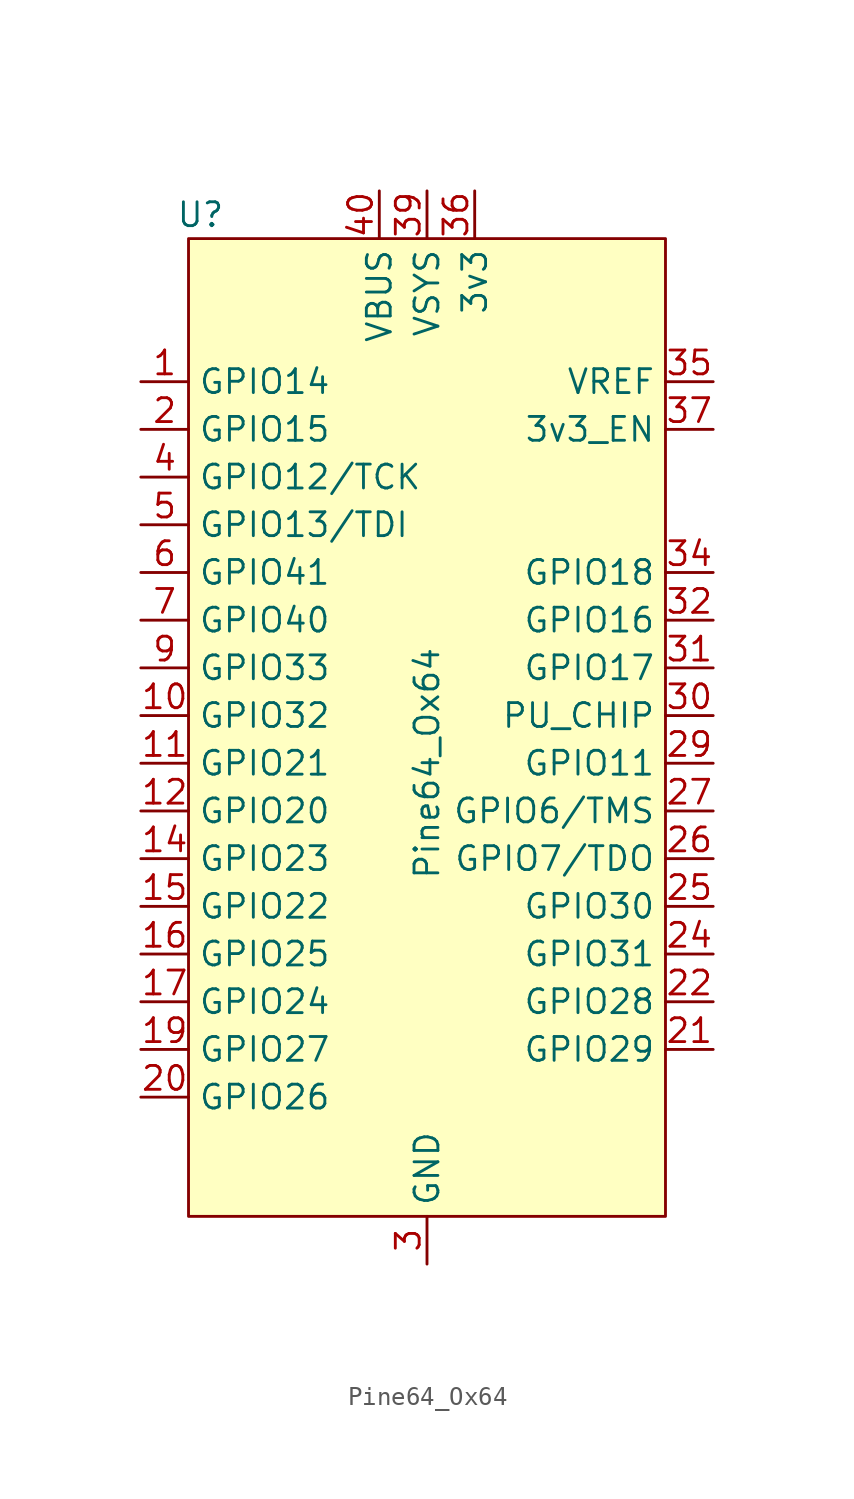
<source format=kicad_sym>
(kicad_symbol_lib
  (version 20211014)
  (generator kicad_symbol_editor)
  (symbol "Pine64_Ox64"
    (property "Reference" "U"
      (at -12.065 34.29 0)
      (effects (font (size 1.27 1.27))))
    (property "Value" "Pine64_Ox64"
      (at 0 5.08 90)
      (effects (font (size 1.27 1.27))))
    (symbol "Pine64_Ox64_0_1"
      (rectangle (start -12.7 33.02) (end 12.7 -19.05) (stroke (width 0.152) (type default) (color 0 0 0 0)) (fill (type background))))
    (symbol "Pine64_Ox64_1_1"
      (pin bidirectional line (at -15.24 25.4 0) (length 2.54) (name "GPIO14" (effects (font (size 1.27 1.27)))) (number "1" (effects (font (size 1.27 1.27)))))
      (pin bidirectional line (at -15.24 7.62 0) (length 2.54) (name "GPIO32" (effects (font (size 1.27 1.27)))) (number "10" (effects (font (size 1.27 1.27)))))
      (pin bidirectional line (at -15.24 5.08 0) (length 2.54) (name "GPIO21" (effects (font (size 1.27 1.27)))) (number "11" (effects (font (size 1.27 1.27)))))
      (pin bidirectional line (at -15.24 2.54 0) (length 2.54) (name "GPIO20" (effects (font (size 1.27 1.27)))) (number "12" (effects (font (size 1.27 1.27)))))
      (pin power_in line (at 0 -21.59 90) (length 2.54) hide (name "GND" (effects (font (size 1.27 1.27)))) (number "13" (effects (font (size 1.27 1.27)))))
      (pin bidirectional line (at -15.24 0 0) (length 2.54) (name "GPIO23" (effects (font (size 1.27 1.27)))) (number "14" (effects (font (size 1.27 1.27)))))
      (pin bidirectional line (at -15.24 -2.54 0) (length 2.54) (name "GPIO22" (effects (font (size 1.27 1.27)))) (number "15" (effects (font (size 1.27 1.27)))))
      (pin bidirectional line (at -15.24 -5.08 0) (length 2.54) (name "GPIO25" (effects (font (size 1.27 1.27)))) (number "16" (effects (font (size 1.27 1.27)))))
      (pin bidirectional line (at -15.24 -7.62 0) (length 2.54) (name "GPIO24" (effects (font (size 1.27 1.27)))) (number "17" (effects (font (size 1.27 1.27)))))
      (pin power_in line (at 0 -21.59 90) (length 2.54) hide (name "GND" (effects (font (size 1.27 1.27)))) (number "18" (effects (font (size 1.27 1.27)))))
      (pin bidirectional line (at -15.24 -10.16 0) (length 2.54) (name "GPIO27" (effects (font (size 1.27 1.27)))) (number "19" (effects (font (size 1.27 1.27)))))
      (pin bidirectional line (at -15.24 22.86 0) (length 2.54) (name "GPIO15" (effects (font (size 1.27 1.27)))) (number "2" (effects (font (size 1.27 1.27)))))
      (pin bidirectional line (at -15.24 -12.7 0) (length 2.54) (name "GPIO26" (effects (font (size 1.27 1.27)))) (number "20" (effects (font (size 1.27 1.27)))))
      (pin bidirectional line (at 15.24 -10.16 180) (length 2.54) (name "GPIO29" (effects (font (size 1.27 1.27)))) (number "21" (effects (font (size 1.27 1.27)))))
      (pin bidirectional line (at 15.24 -7.62 180) (length 2.54) (name "GPIO28" (effects (font (size 1.27 1.27)))) (number "22" (effects (font (size 1.27 1.27)))))
      (pin power_in line (at 0 -21.59 90) (length 2.54) hide (name "GND" (effects (font (size 1.27 1.27)))) (number "23" (effects (font (size 1.27 1.27)))))
      (pin bidirectional line (at 15.24 -5.08 180) (length 2.54) (name "GPIO31" (effects (font (size 1.27 1.27)))) (number "24" (effects (font (size 1.27 1.27)))))
      (pin bidirectional line (at 15.24 -2.54 180) (length 2.54) (name "GPIO30" (effects (font (size 1.27 1.27)))) (number "25" (effects (font (size 1.27 1.27)))))
      (pin bidirectional line (at 15.24 0 180) (length 2.54) (name "GPIO7/TDO" (effects (font (size 1.27 1.27)))) (number "26" (effects (font (size 1.27 1.27)))))
      (pin bidirectional line (at 15.24 2.54 180) (length 2.54) (name "GPIO6/TMS" (effects (font (size 1.27 1.27)))) (number "27" (effects (font (size 1.27 1.27)))))
      (pin power_in line (at 0 -21.59 90) (length 2.54) hide (name "GND" (effects (font (size 1.27 1.27)))) (number "28" (effects (font (size 1.27 1.27)))))
      (pin bidirectional line (at 15.24 5.08 180) (length 2.54) (name "GPIO11" (effects (font (size 1.27 1.27)))) (number "29" (effects (font (size 1.27 1.27)))))
      (pin power_in line (at 0 -21.59 90) (length 2.54) (name "GND" (effects (font (size 1.27 1.27)))) (number "3" (effects (font (size 1.27 1.27)))))
      (pin input line (at 15.24 7.62 180) (length 2.54) (name "PU_CHIP" (effects (font (size 1.27 1.27)))) (number "30" (effects (font (size 1.27 1.27)))))
      (pin bidirectional line (at 15.24 10.16 180) (length 2.54) (name "GPIO17" (effects (font (size 1.27 1.27)))) (number "31" (effects (font (size 1.27 1.27)))))
      (pin bidirectional line (at 15.24 12.7 180) (length 2.54) (name "GPIO16" (effects (font (size 1.27 1.27)))) (number "32" (effects (font (size 1.27 1.27)))))
      (pin power_in line (at 0 -21.59 90) (length 2.54) hide (name "GND" (effects (font (size 1.27 1.27)))) (number "33" (effects (font (size 1.27 1.27)))))
      (pin bidirectional line (at 15.24 15.24 180) (length 2.54) (name "GPIO18" (effects (font (size 1.27 1.27)))) (number "34" (effects (font (size 1.27 1.27)))))
      (pin input line (at 15.24 25.4 180) (length 2.54) (name "VREF" (effects (font (size 1.27 1.27)))) (number "35" (effects (font (size 1.27 1.27)))))
      (pin power_out line (at 2.54 35.56 270) (length 2.54) (name "3v3" (effects (font (size 1.27 1.27)))) (number "36" (effects (font (size 1.27 1.27)))))
      (pin input line (at 15.24 22.86 180) (length 2.54) (name "3v3_EN" (effects (font (size 1.27 1.27)))) (number "37" (effects (font (size 1.27 1.27)))))
      (pin power_in line (at 0 -21.59 90) (length 2.54) hide (name "GND" (effects (font (size 1.27 1.27)))) (number "38" (effects (font (size 1.27 1.27)))))
      (pin power_in line (at 0 35.56 270) (length 2.54) (name "VSYS" (effects (font (size 1.27 1.27)))) (number "39" (effects (font (size 1.27 1.27)))))
      (pin bidirectional line (at -15.24 20.32 0) (length 2.54) (name "GPIO12/TCK" (effects (font (size 1.27 1.27)))) (number "4" (effects (font (size 1.27 1.27)))))
      (pin power_out line (at -2.54 35.56 270) (length 2.54) (name "VBUS" (effects (font (size 1.27 1.27)))) (number "40" (effects (font (size 1.27 1.27)))))
      (pin bidirectional line (at -15.24 17.78 0) (length 2.54) (name "GPIO13/TDI" (effects (font (size 1.27 1.27)))) (number "5" (effects (font (size 1.27 1.27)))))
      (pin bidirectional line (at -15.24 15.24 0) (length 2.54) (name "GPIO41" (effects (font (size 1.27 1.27)))) (number "6" (effects (font (size 1.27 1.27)))))
      (pin bidirectional line (at -15.24 12.7 0) (length 2.54) (name "GPIO40" (effects (font (size 1.27 1.27)))) (number "7" (effects (font (size 1.27 1.27)))))
      (pin power_in line (at 0 -21.59 90) (length 2.54) hide (name "GND" (effects (font (size 1.27 1.27)))) (number "8" (effects (font (size 1.27 1.27)))))
      (pin bidirectional line (at -15.24 10.16 0) (length 2.54) (name "GPIO33" (effects (font (size 1.27 1.27)))) (number "9" (effects (font (size 1.27 1.27))))))))
</source>
